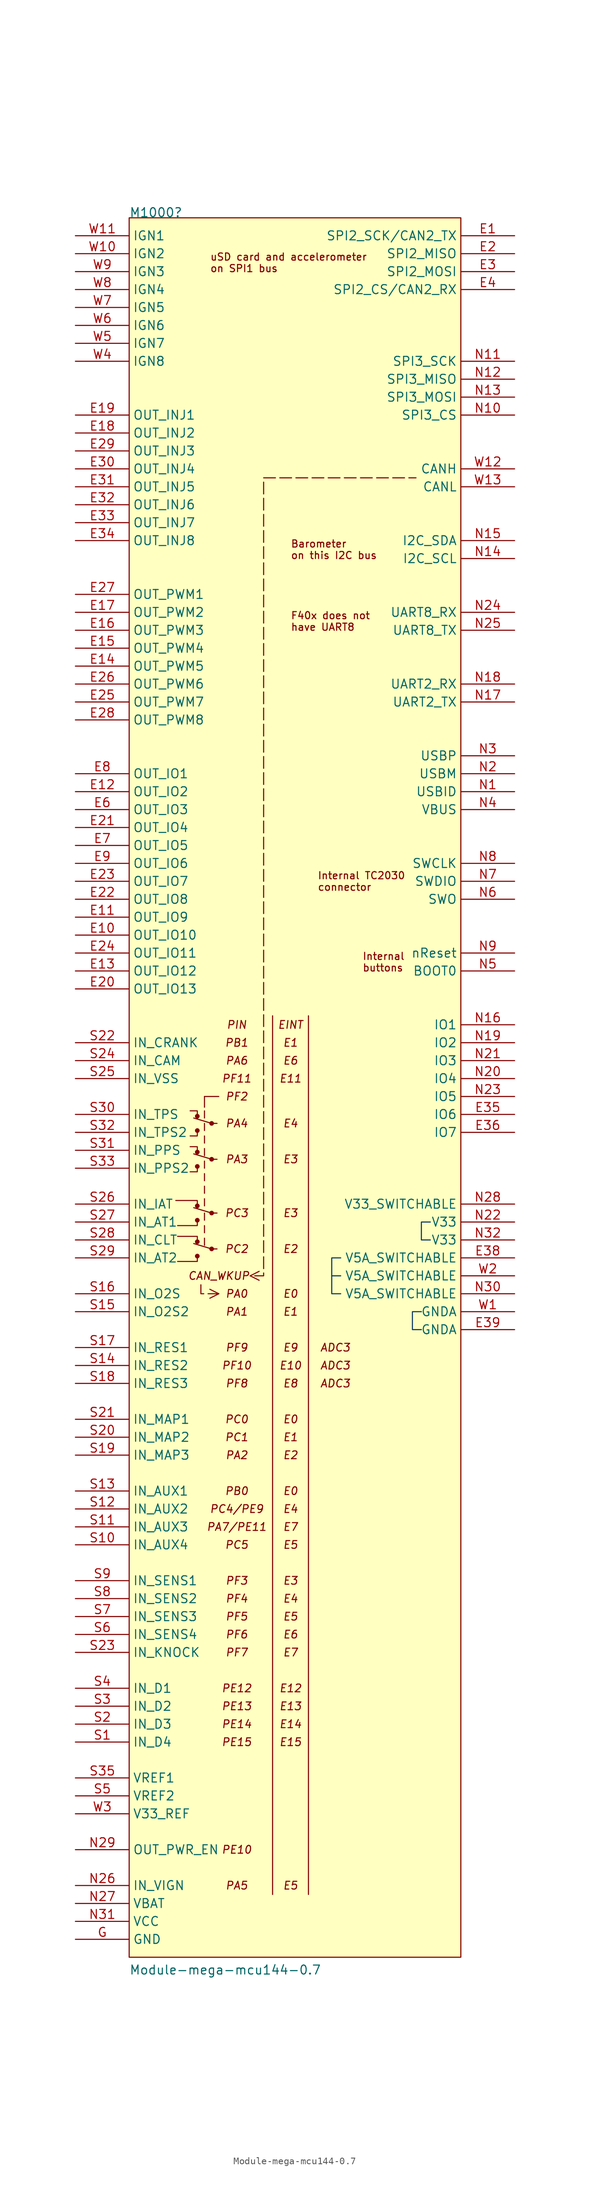
<source format=kicad_sym>
(kicad_symbol_lib
  (version 20220914)
  (generator kicad_symbol_editor)
  (symbol "Module-mega-mcu144-0.7"
    (property "Reference" "M1000"
      (at 7.62 2.54 0)
      (effects (font (size 1.27 1.27)) (justify left bottom)))
    (property "Value" "Module-mega-mcu144-0.7"
      (at 7.62 -246.38 0)
      (effects (font (size 1.27 1.27)) (justify left bottom)))
    (symbol "Module-mega-mcu144-0.7_0_1"
      (polyline (pts (xy 16.764 -142.748) (xy 19.304 -143.51)) (stroke (width 0) (type default)) (fill (type none)))
      (polyline (pts (xy 16.764 -137.668) (xy 19.304 -138.43)) (stroke (width 0) (type default)) (fill (type none)))
      (polyline (pts (xy 16.764 -130.048) (xy 19.304 -130.81)) (stroke (width 0) (type default)) (fill (type none)))
      (polyline (pts (xy 16.764 -124.968) (xy 19.304 -125.73)) (stroke (width 0) (type default)) (fill (type none)))
      (polyline (pts (xy 18.288 -143.002) (xy 18.288 -141.986)) (stroke (width 0) (type default)) (fill (type none)))
      (polyline (pts (xy 18.288 -141.224) (xy 18.288 -140.208)) (stroke (width 0) (type default)) (fill (type none)))
      (polyline (pts (xy 18.288 -139.446) (xy 18.288 -138.43)) (stroke (width 0) (type default)) (fill (type none)))
      (polyline (pts (xy 18.288 -137.414) (xy 18.288 -136.398)) (stroke (width 0) (type default)) (fill (type none)))
      (polyline (pts (xy 18.288 -135.636) (xy 18.288 -134.62)) (stroke (width 0) (type default)) (fill (type none)))
      (polyline (pts (xy 18.288 -133.858) (xy 18.288 -132.842)) (stroke (width 0) (type default)) (fill (type none)))
      (polyline (pts (xy 18.288 -132.08) (xy 18.288 -131.064)) (stroke (width 0) (type default)) (fill (type none)))
      (polyline (pts (xy 18.288 -130.302) (xy 18.288 -129.286)) (stroke (width 0) (type default)) (fill (type none)))
      (polyline (pts (xy 18.288 -128.524) (xy 18.288 -127.508)) (stroke (width 0) (type default)) (fill (type none)))
      (polyline (pts (xy 18.288 -126.746) (xy 18.288 -125.73)) (stroke (width 0) (type default)) (fill (type none)))
      (polyline (pts (xy 18.288 -124.968) (xy 18.288 -123.952)) (stroke (width 0) (type default)) (fill (type none)))
      (polyline (pts (xy 18.288 -123.444) (xy 18.288 -121.92)) (stroke (width 0) (type default)) (fill (type none)))
      (polyline (pts (xy 18.288 -121.92) (xy 20.32 -121.92)) (stroke (width 0) (type default)) (fill (type none)))
      (polyline (pts (xy 19.304 -143.51) (xy 20.066 -143.51)) (stroke (width 0) (type default)) (fill (type none)))
      (polyline (pts (xy 19.304 -138.43) (xy 20.066 -138.43)) (stroke (width 0) (type default)) (fill (type none)))
      (polyline (pts (xy 19.304 -130.81) (xy 20.066 -130.81)) (stroke (width 0) (type default)) (fill (type none)))
      (polyline (pts (xy 19.304 -125.73) (xy 20.066 -125.73)) (stroke (width 0) (type default)) (fill (type none)))
      (polyline (pts (xy 17.272 -144.526) (xy 17.272 -145.288) (xy 14.478 -145.288)) (stroke (width 0) (type default)) (fill (type none)))
      (polyline (pts (xy 17.272 -142.494) (xy 17.272 -141.732) (xy 14.478 -141.732)) (stroke (width 0) (type default)) (fill (type none)))
      (polyline (pts (xy 17.272 -139.446) (xy 17.272 -140.208) (xy 14.478 -140.208)) (stroke (width 0) (type default)) (fill (type none)))
      (polyline (pts (xy 17.272 -137.414) (xy 17.272 -136.652) (xy 14.224 -136.652)) (stroke (width 0) (type default)) (fill (type none)))
      (polyline (pts (xy 17.272 -131.826) (xy 17.272 -132.588) (xy 16.256 -132.588)) (stroke (width 0) (type default)) (fill (type none)))
      (polyline (pts (xy 17.272 -129.794) (xy 17.272 -129.032) (xy 16.256 -129.032)) (stroke (width 0) (type default)) (fill (type none)))
      (polyline (pts (xy 17.272 -126.746) (xy 17.272 -127.508) (xy 16.256 -127.508)) (stroke (width 0) (type default)) (fill (type none)))
      (polyline (pts (xy 17.272 -124.714) (xy 17.272 -123.952) (xy 16.256 -123.952)) (stroke (width 0) (type default)) (fill (type none)))
      (circle (center 17.272 -144.526) (radius 0.254) (stroke (width 0) (type default)) (fill (type outline)))
      (circle (center 17.272 -142.494) (radius 0.254) (stroke (width 0) (type default)) (fill (type outline)))
      (circle (center 17.272 -139.446) (radius 0.254) (stroke (width 0) (type default)) (fill (type outline)))
      (circle (center 17.272 -137.414) (radius 0.254) (stroke (width 0) (type default)) (fill (type outline)))
      (circle (center 17.272 -131.826) (radius 0.254) (stroke (width 0) (type default)) (fill (type outline)))
      (circle (center 17.272 -129.794) (radius 0.254) (stroke (width 0) (type default)) (fill (type outline)))
      (circle (center 17.272 -126.746) (radius 0.254) (stroke (width 0) (type default)) (fill (type outline)))
      (circle (center 17.272 -124.714) (radius 0.254) (stroke (width 0) (type default)) (fill (type outline)))
      (circle (center 19.304 -143.51) (radius 0.254) (stroke (width 0) (type default)) (fill (type outline)))
      (circle (center 19.304 -138.43) (radius 0.254) (stroke (width 0) (type default)) (fill (type outline)))
      (circle (center 19.304 -130.81) (radius 0.254) (stroke (width 0) (type default)) (fill (type outline)))
      (circle (center 19.304 -125.73) (radius 0.254) (stroke (width 0) (type default)) (fill (type outline))))
    (symbol "Module-mega-mcu144-0.7_1_0"
      (polyline (pts (xy 20.32 -149.86) (xy 19.05 -150.495)) (stroke (width 0) (type default)) (fill (type none)))
      (polyline (pts (xy 20.32 -149.86) (xy 19.05 -149.225)) (stroke (width 0) (type default)) (fill (type none)))
      (polyline (pts (xy 24.765 -147.32) (xy 26.035 -147.955)) (stroke (width 0) (type default)) (fill (type none)))
      (polyline (pts (xy 24.765 -147.32) (xy 26.035 -146.685)) (stroke (width 0) (type default)) (fill (type none)))
      (polyline (pts (xy 27.94 -110.49) (xy 27.94 -234.95)) (stroke (width 0) (type default)) (fill (type none)))
      (polyline (pts (xy 33.02 -110.49) (xy 33.02 -234.95)) (stroke (width 0) (type default)) (fill (type none)))
      (polyline (pts (xy 17.78 -148.59) (xy 17.78 -149.86) (xy 20.32 -149.86)) (stroke (width 0) (type dash)) (fill (type none)))
      (polyline (pts (xy 36.322 -147.32) (xy 37.592 -147.32) (xy 37.592 -147.32) (xy 37.592 -147.32)) (stroke (width 0) (type solid) (color 7 55 99 1)) (fill (type none)))
      (polyline (pts (xy 37.592 -144.78) (xy 36.322 -144.78) (xy 36.322 -149.86) (xy 37.592 -149.86)) (stroke (width 0) (type solid) (color 7 55 99 1)) (fill (type none)))
      (polyline (pts (xy 49.022 -152.4) (xy 47.752 -152.4) (xy 47.752 -154.94) (xy 49.022 -154.94)) (stroke (width 0) (type solid) (color 7 55 99 1)) (fill (type none)))
      (polyline (pts (xy 50.292 -139.7) (xy 49.022 -139.7) (xy 49.022 -142.24) (xy 50.292 -142.24)) (stroke (width 0) (type solid) (color 7 55 99 1)) (fill (type none)))
      (polyline (pts (xy 25.4 -147.32) (xy 26.67 -147.32) (xy 26.67 -124.46) (xy 26.67 -34.29) (xy 48.26 -34.29)) (stroke (width 0) (type dash)) (fill (type none)))
      (rectangle (start 7.62 2.54) (end 54.61 -243.84) (stroke (width 0) (type default)) (fill (type background)))
      (text "ADC3" (at 36.83 -162.56 0) (effects (font (size 1.1 1.1) italic)))
      (text "ADC3" (at 36.83 -160.02 0) (effects (font (size 1.1 1.1) italic)))
      (text "ADC3" (at 36.83 -157.48 0) (effects (font (size 1.1 1.1) italic)))
      (text "Barometer\non this I2C bus" (at 30.48 -44.45 0) (effects (font (size 1.016 1.016)) (justify left)))
      (text "CAN_WKUP" (at 20.32 -147.32 0) (effects (font (size 1.1 1.1) italic)))
      (text "E0" (at 30.48 -177.8 0) (effects (font (size 1.1 1.1) italic)))
      (text "E0" (at 30.48 -167.64 0) (effects (font (size 1.1 1.1) italic)))
      (text "E0" (at 30.48 -149.86 0) (effects (font (size 1.1 1.1) italic)))
      (text "E1" (at 30.48 -170.18 0) (effects (font (size 1.1 1.1) italic)))
      (text "E1" (at 30.48 -152.4 0) (effects (font (size 1.1 1.1) italic)))
      (text "E1" (at 30.48 -114.3 0) (effects (font (size 1.1 1.1) italic)))
      (text "E10" (at 30.48 -160.02 0) (effects (font (size 1.1 1.1) italic)))
      (text "E11" (at 30.48 -119.38 0) (effects (font (size 1.1 1.1) italic)))
      (text "E12" (at 30.48 -205.74 0) (effects (font (size 1.1 1.1) italic)))
      (text "E13" (at 30.48 -208.28 0) (effects (font (size 1.1 1.1) italic)))
      (text "E14" (at 30.48 -210.82 0) (effects (font (size 1.1 1.1) italic)))
      (text "E15" (at 30.48 -213.36 0) (effects (font (size 1.1 1.1) italic)))
      (text "E2" (at 30.48 -172.72 0) (effects (font (size 1.1 1.1) italic)))
      (text "E2" (at 30.48 -143.51 0) (effects (font (size 1.1 1.1) italic)))
      (text "E3" (at 30.48 -190.5 0) (effects (font (size 1.1 1.1) italic)))
      (text "E3" (at 30.48 -138.43 0) (effects (font (size 1.1 1.1) italic)))
      (text "E3" (at 30.48 -130.81 0) (effects (font (size 1.1 1.1) italic)))
      (text "E4" (at 30.48 -193.04 0) (effects (font (size 1.1 1.1) italic)))
      (text "E4" (at 30.48 -180.34 0) (effects (font (size 1.1 1.1) italic)))
      (text "E4" (at 30.48 -125.73 0) (effects (font (size 1.1 1.1) italic)))
      (text "E5" (at 30.48 -233.68 0) (effects (font (size 1.1 1.1) italic)))
      (text "E5" (at 30.48 -195.58 0) (effects (font (size 1.1 1.1) italic)))
      (text "E5" (at 30.48 -185.42 0) (effects (font (size 1.1 1.1) italic)))
      (text "E6" (at 30.48 -198.12 0) (effects (font (size 1.1 1.1) italic)))
      (text "E6" (at 30.48 -116.84 0) (effects (font (size 1.1 1.1) italic)))
      (text "E7" (at 30.48 -200.66 0) (effects (font (size 1.1 1.1) italic)))
      (text "E7" (at 30.48 -182.88 0) (effects (font (size 1.1 1.1) italic)))
      (text "E8" (at 30.48 -162.56 0) (effects (font (size 1.1 1.1) italic)))
      (text "E9" (at 30.48 -157.48 0) (effects (font (size 1.1 1.1) italic)))
      (text "EINT" (at 30.48 -111.76 0) (effects (font (size 1.1 1.1) italic)))
      (text "F40x does not\nhave UART8" (at 30.48 -54.61 0) (effects (font (size 1.016 1.016)) (justify left)))
      (text "Internal\nbuttons" (at 40.64 -102.87 0) (effects (font (size 1.016 1.016)) (justify left)))
      (text "Internal TC2030\nconnector" (at 34.29 -91.44 0) (effects (font (size 1.016 1.016)) (justify left)))
      (text "PA0" (at 22.86 -149.86 0) (effects (font (size 1.1 1.1) italic)))
      (text "PA1" (at 22.86 -152.4 0) (effects (font (size 1.1 1.1) italic)))
      (text "PA2" (at 22.86 -172.72 0) (effects (font (size 1.1 1.1) italic)))
      (text "PA3" (at 22.86 -130.81 0) (effects (font (size 1.1 1.1) italic)))
      (text "PA4" (at 22.86 -125.73 0) (effects (font (size 1.1 1.1) italic)))
      (text "PA5" (at 22.86 -233.68 0) (effects (font (size 1.1 1.1) italic)))
      (text "PA6" (at 22.86 -116.84 0) (effects (font (size 1.1 1.1) italic)))
      (text "PA7/PE11" (at 22.86 -182.88 0) (effects (font (size 1.1 1.1) italic)))
      (text "PB0" (at 22.86 -177.8 0) (effects (font (size 1.1 1.1) italic)))
      (text "PB1" (at 22.86 -114.3 0) (effects (font (size 1.1 1.1) italic)))
      (text "PC0" (at 22.86 -167.64 0) (effects (font (size 1.1 1.1) italic)))
      (text "PC1" (at 22.86 -170.18 0) (effects (font (size 1.1 1.1) italic)))
      (text "PC2" (at 22.86 -143.51 0) (effects (font (size 1.1 1.1) italic)))
      (text "PC3" (at 22.86 -138.43 0) (effects (font (size 1.1 1.1) italic)))
      (text "PC4/PE9" (at 22.86 -180.34 0) (effects (font (size 1.1 1.1) italic)))
      (text "PC5" (at 22.86 -185.42 0) (effects (font (size 1.1 1.1) italic)))
      (text "PE10" (at 22.86 -228.6 0) (effects (font (size 1.1 1.1) italic)))
      (text "PE12" (at 22.86 -205.74 0) (effects (font (size 1.1 1.1) italic)))
      (text "PE13" (at 22.86 -208.28 0) (effects (font (size 1.1 1.1) italic)))
      (text "PE14" (at 22.86 -210.82 0) (effects (font (size 1.1 1.1) italic)))
      (text "PE15" (at 22.86 -213.36 0) (effects (font (size 1.1 1.1) italic)))
      (text "PF10" (at 22.86 -160.02 0) (effects (font (size 1.1 1.1) italic)))
      (text "PF11" (at 22.86 -119.38 0) (effects (font (size 1.1 1.1) italic)))
      (text "PF2" (at 22.86 -121.92 0) (effects (font (size 1.1 1.1) italic)))
      (text "PF3" (at 22.86 -190.5 0) (effects (font (size 1.1 1.1) italic)))
      (text "PF4" (at 22.86 -193.04 0) (effects (font (size 1.1 1.1) italic)))
      (text "PF5" (at 22.86 -195.58 0) (effects (font (size 1.1 1.1) italic)))
      (text "PF6" (at 22.86 -198.12 0) (effects (font (size 1.1 1.1) italic)))
      (text "PF7" (at 22.86 -200.66 0) (effects (font (size 1.1 1.1) italic)))
      (text "PF8" (at 22.86 -162.56 0) (effects (font (size 1.1 1.1) italic)))
      (text "PF9" (at 22.86 -157.48 0) (effects (font (size 1.1 1.1) italic)))
      (text "PIN" (at 22.86 -111.76 0) (effects (font (size 1.1 1.1) italic)))
      (text "uSD card and accelerometer \non SPI1 bus" (at 19.05 -3.81 0) (effects (font (size 1.016 1.016)) (justify left)))
      (pin passive line (at 62.23 0 180) (length 7.62) (name "SPI2_SCK/CAN2_TX" (effects (font (size 1.27 1.27)))) (number "E1" (effects (font (size 1.27 1.27)))))
      (pin passive line (at 0 -99.06 0) (length 7.62) (name "OUT_IO10" (effects (font (size 1.27 1.27)))) (number "E10" (effects (font (size 1.27 1.27)))))
      (pin passive line (at 0 -96.52 0) (length 7.62) (name "OUT_IO9" (effects (font (size 1.27 1.27)))) (number "E11" (effects (font (size 1.27 1.27)))))
      (pin passive line (at 0 -78.74 0) (length 7.62) (name "OUT_IO2" (effects (font (size 1.27 1.27)))) (number "E12" (effects (font (size 1.27 1.27)))))
      (pin passive line (at 0 -104.14 0) (length 7.62) (name "OUT_IO12" (effects (font (size 1.27 1.27)))) (number "E13" (effects (font (size 1.27 1.27)))))
      (pin passive line (at 0 -60.96 0) (length 7.62) (name "OUT_PWM5" (effects (font (size 1.27 1.27)))) (number "E14" (effects (font (size 1.27 1.27)))))
      (pin passive line (at 0 -58.42 0) (length 7.62) (name "OUT_PWM4" (effects (font (size 1.27 1.27)))) (number "E15" (effects (font (size 1.27 1.27)))))
      (pin passive line (at 0 -55.88 0) (length 7.62) (name "OUT_PWM3" (effects (font (size 1.27 1.27)))) (number "E16" (effects (font (size 1.27 1.27)))))
      (pin passive line (at 0 -53.34 0) (length 7.62) (name "OUT_PWM2" (effects (font (size 1.27 1.27)))) (number "E17" (effects (font (size 1.27 1.27)))))
      (pin passive line (at 0 -27.94 0) (length 7.62) (name "OUT_INJ2" (effects (font (size 1.27 1.27)))) (number "E18" (effects (font (size 1.27 1.27)))))
      (pin passive line (at 0 -25.4 0) (length 7.62) (name "OUT_INJ1" (effects (font (size 1.27 1.27)))) (number "E19" (effects (font (size 1.27 1.27)))))
      (pin passive line (at 62.23 -2.54 180) (length 7.62) (name "SPI2_MISO" (effects (font (size 1.27 1.27)))) (number "E2" (effects (font (size 1.27 1.27)))))
      (pin passive line (at 0 -106.68 0) (length 7.62) (name "OUT_IO13" (effects (font (size 1.27 1.27)))) (number "E20" (effects (font (size 1.27 1.27)))))
      (pin passive line (at 0 -83.82 0) (length 7.62) (name "OUT_IO4" (effects (font (size 1.27 1.27)))) (number "E21" (effects (font (size 1.27 1.27)))))
      (pin passive line (at 0 -93.98 0) (length 7.62) (name "OUT_IO8" (effects (font (size 1.27 1.27)))) (number "E22" (effects (font (size 1.27 1.27)))))
      (pin passive line (at 0 -91.44 0) (length 7.62) (name "OUT_IO7" (effects (font (size 1.27 1.27)))) (number "E23" (effects (font (size 1.27 1.27)))))
      (pin passive line (at 0 -101.6 0) (length 7.62) (name "OUT_IO11" (effects (font (size 1.27 1.27)))) (number "E24" (effects (font (size 1.27 1.27)))))
      (pin passive line (at 0 -66.04 0) (length 7.62) (name "OUT_PWM7" (effects (font (size 1.27 1.27)))) (number "E25" (effects (font (size 1.27 1.27)))))
      (pin passive line (at 0 -63.5 0) (length 7.62) (name "OUT_PWM6" (effects (font (size 1.27 1.27)))) (number "E26" (effects (font (size 1.27 1.27)))))
      (pin passive line (at 0 -50.8 0) (length 7.62) (name "OUT_PWM1" (effects (font (size 1.27 1.27)))) (number "E27" (effects (font (size 1.27 1.27)))))
      (pin passive line (at 0 -68.58 0) (length 7.62) (name "OUT_PWM8" (effects (font (size 1.27 1.27)))) (number "E28" (effects (font (size 1.27 1.27)))))
      (pin passive line (at 0 -30.48 0) (length 7.62) (name "OUT_INJ3" (effects (font (size 1.27 1.27)))) (number "E29" (effects (font (size 1.27 1.27)))))
      (pin passive line (at 62.23 -5.08 180) (length 7.62) (name "SPI2_MOSI" (effects (font (size 1.27 1.27)))) (number "E3" (effects (font (size 1.27 1.27)))))
      (pin passive line (at 0 -33.02 0) (length 7.62) (name "OUT_INJ4" (effects (font (size 1.27 1.27)))) (number "E30" (effects (font (size 1.27 1.27)))))
      (pin passive line (at 0 -35.56 0) (length 7.62) (name "OUT_INJ5" (effects (font (size 1.27 1.27)))) (number "E31" (effects (font (size 1.27 1.27)))))
      (pin passive line (at 0 -38.1 0) (length 7.62) (name "OUT_INJ6" (effects (font (size 1.27 1.27)))) (number "E32" (effects (font (size 1.27 1.27)))))
      (pin passive line (at 0 -40.64 0) (length 7.62) (name "OUT_INJ7" (effects (font (size 1.27 1.27)))) (number "E33" (effects (font (size 1.27 1.27)))))
      (pin passive line (at 0 -43.18 0) (length 7.62) (name "OUT_INJ8" (effects (font (size 1.27 1.27)))) (number "E34" (effects (font (size 1.27 1.27)))))
      (pin passive line (at 62.23 -124.46 180) (length 7.62) (name "IO6" (effects (font (size 1.27 1.27)))) (number "E35" (effects (font (size 1.27 1.27)))))
      (pin passive line (at 62.23 -127 180) (length 7.62) (name "IO7" (effects (font (size 1.27 1.27)))) (number "E36" (effects (font (size 1.27 1.27)))))
      (pin passive line (at 62.23 -144.78 180) (length 7.62) (name "V5A_SWITCHABLE" (effects (font (size 1.27 1.27)))) (number "E38" (effects (font (size 1.27 1.27)))))
      (pin passive line (at 62.23 -154.94 180) (length 7.62) (name "GNDA" (effects (font (size 1.27 1.27)))) (number "E39" (effects (font (size 1.27 1.27)))))
      (pin passive line (at 62.23 -7.62 180) (length 7.62) (name "SPI2_CS/CAN2_RX" (effects (font (size 1.27 1.27)))) (number "E4" (effects (font (size 1.27 1.27)))))
      (pin passive line (at 0 -81.28 0) (length 7.62) (name "OUT_IO3" (effects (font (size 1.27 1.27)))) (number "E6" (effects (font (size 1.27 1.27)))))
      (pin passive line (at 0 -86.36 0) (length 7.62) (name "OUT_IO5" (effects (font (size 1.27 1.27)))) (number "E7" (effects (font (size 1.27 1.27)))))
      (pin passive line (at 0 -76.2 0) (length 7.62) (name "OUT_IO1" (effects (font (size 1.27 1.27)))) (number "E8" (effects (font (size 1.27 1.27)))))
      (pin passive line (at 0 -88.9 0) (length 7.62) (name "OUT_IO6" (effects (font (size 1.27 1.27)))) (number "E9" (effects (font (size 1.27 1.27)))))
      (pin passive line (at 0 -241.3 0) (length 7.62) (name "GND" (effects (font (size 1.27 1.27)))) (number "G" (effects (font (size 1.27 1.27)))))
      (pin passive line (at 62.23 -78.74 180) (length 7.62) (name "USBID" (effects (font (size 1.27 1.27)))) (number "N1" (effects (font (size 1.27 1.27)))))
      (pin passive line (at 62.23 -25.4 180) (length 7.62) (name "SPI3_CS" (effects (font (size 1.27 1.27)))) (number "N10" (effects (font (size 1.27 1.27)))))
      (pin passive line (at 62.23 -17.78 180) (length 7.62) (name "SPI3_SCK" (effects (font (size 1.27 1.27)))) (number "N11" (effects (font (size 1.27 1.27)))))
      (pin passive line (at 62.23 -20.32 180) (length 7.62) (name "SPI3_MISO" (effects (font (size 1.27 1.27)))) (number "N12" (effects (font (size 1.27 1.27)))))
      (pin passive line (at 62.23 -22.86 180) (length 7.62) (name "SPI3_MOSI" (effects (font (size 1.27 1.27)))) (number "N13" (effects (font (size 1.27 1.27)))))
      (pin passive line (at 62.23 -45.72 180) (length 7.62) (name "I2C_SCL" (effects (font (size 1.27 1.27)))) (number "N14" (effects (font (size 1.27 1.27)))))
      (pin passive line (at 62.23 -43.18 180) (length 7.62) (name "I2C_SDA" (effects (font (size 1.27 1.27)))) (number "N15" (effects (font (size 1.27 1.27)))))
      (pin passive line (at 62.23 -111.76 180) (length 7.62) (name "IO1" (effects (font (size 1.27 1.27)))) (number "N16" (effects (font (size 1.27 1.27)))))
      (pin passive line (at 62.23 -66.04 180) (length 7.62) (name "UART2_TX" (effects (font (size 1.27 1.27)))) (number "N17" (effects (font (size 1.27 1.27)))))
      (pin passive line (at 62.23 -63.5 180) (length 7.62) (name "UART2_RX" (effects (font (size 1.27 1.27)))) (number "N18" (effects (font (size 1.27 1.27)))))
      (pin passive line (at 62.23 -114.3 180) (length 7.62) (name "IO2" (effects (font (size 1.27 1.27)))) (number "N19" (effects (font (size 1.27 1.27)))))
      (pin passive line (at 62.23 -76.2 180) (length 7.62) (name "USBM" (effects (font (size 1.27 1.27)))) (number "N2" (effects (font (size 1.27 1.27)))))
      (pin passive line (at 62.23 -119.38 180) (length 7.62) (name "IO4" (effects (font (size 1.27 1.27)))) (number "N20" (effects (font (size 1.27 1.27)))))
      (pin passive line (at 62.23 -116.84 180) (length 7.62) (name "IO3" (effects (font (size 1.27 1.27)))) (number "N21" (effects (font (size 1.27 1.27)))))
      (pin passive line (at 62.23 -139.7 180) (length 7.62) (name "V33" (effects (font (size 1.27 1.27)))) (number "N22" (effects (font (size 1.27 1.27)))))
      (pin passive line (at 62.23 -121.92 180) (length 7.62) (name "IO5" (effects (font (size 1.27 1.27)))) (number "N23" (effects (font (size 1.27 1.27)))))
      (pin passive line (at 62.23 -53.34 180) (length 7.62) (name "UART8_RX" (effects (font (size 1.27 1.27)))) (number "N24" (effects (font (size 1.27 1.27)))))
      (pin passive line (at 62.23 -55.88 180) (length 7.62) (name "UART8_TX" (effects (font (size 1.27 1.27)))) (number "N25" (effects (font (size 1.27 1.27)))))
      (pin passive line (at 0 -233.68 0) (length 7.62) (name "IN_VIGN" (effects (font (size 1.27 1.27)))) (number "N26" (effects (font (size 1.27 1.27)))))
      (pin passive line (at 0 -236.22 0) (length 7.62) (name "VBAT" (effects (font (size 1.27 1.27)))) (number "N27" (effects (font (size 1.27 1.27)))))
      (pin passive line (at 62.23 -137.16 180) (length 7.62) (name "V33_SWITCHABLE" (effects (font (size 1.27 1.27)))) (number "N28" (effects (font (size 1.27 1.27)))))
      (pin passive line (at 0 -228.6 0) (length 7.62) (name "OUT_PWR_EN" (effects (font (size 1.27 1.27)))) (number "N29" (effects (font (size 1.27 1.27)))))
      (pin passive line (at 62.23 -73.66 180) (length 7.62) (name "USBP" (effects (font (size 1.27 1.27)))) (number "N3" (effects (font (size 1.27 1.27)))))
      (pin passive line (at 62.23 -149.86 180) (length 7.62) (name "V5A_SWITCHABLE" (effects (font (size 1.27 1.27)))) (number "N30" (effects (font (size 1.27 1.27)))))
      (pin passive line (at 0 -238.76 0) (length 7.62) (name "VCC" (effects (font (size 1.27 1.27)))) (number "N31" (effects (font (size 1.27 1.27)))))
      (pin passive line (at 62.23 -142.24 180) (length 7.62) (name "V33" (effects (font (size 1.27 1.27)))) (number "N32" (effects (font (size 1.27 1.27)))))
      (pin passive line (at 62.23 -81.28 180) (length 7.62) (name "VBUS" (effects (font (size 1.27 1.27)))) (number "N4" (effects (font (size 1.27 1.27)))))
      (pin passive line (at 62.23 -104.14 180) (length 7.62) (name "BOOT0" (effects (font (size 1.27 1.27)))) (number "N5" (effects (font (size 1.27 1.27)))))
      (pin passive line (at 62.23 -93.98 180) (length 7.62) (name "SWO" (effects (font (size 1.27 1.27)))) (number "N6" (effects (font (size 1.27 1.27)))))
      (pin passive line (at 62.23 -91.44 180) (length 7.62) (name "SWDIO" (effects (font (size 1.27 1.27)))) (number "N7" (effects (font (size 1.27 1.27)))))
      (pin passive line (at 62.23 -88.9 180) (length 7.62) (name "SWCLK" (effects (font (size 1.27 1.27)))) (number "N8" (effects (font (size 1.27 1.27)))))
      (pin passive line (at 62.23 -101.6 180) (length 7.62) (name "nReset" (effects (font (size 1.27 1.27)))) (number "N9" (effects (font (size 1.27 1.27)))))
      (pin passive line (at 0 -213.36 0) (length 7.62) (name "IN_D4" (effects (font (size 1.27 1.27)))) (number "S1" (effects (font (size 1.27 1.27)))))
      (pin passive line (at 0 -185.42 0) (length 7.62) (name "IN_AUX4" (effects (font (size 1.27 1.27)))) (number "S10" (effects (font (size 1.27 1.27)))))
      (pin passive line (at 0 -182.88 0) (length 7.62) (name "IN_AUX3" (effects (font (size 1.27 1.27)))) (number "S11" (effects (font (size 1.27 1.27)))))
      (pin passive line (at 0 -180.34 0) (length 7.62) (name "IN_AUX2" (effects (font (size 1.27 1.27)))) (number "S12" (effects (font (size 1.27 1.27)))))
      (pin passive line (at 0 -177.8 0) (length 7.62) (name "IN_AUX1" (effects (font (size 1.27 1.27)))) (number "S13" (effects (font (size 1.27 1.27)))))
      (pin passive line (at 0 -160.02 0) (length 7.62) (name "IN_RES2" (effects (font (size 1.27 1.27)))) (number "S14" (effects (font (size 1.27 1.27)))))
      (pin passive line (at 0 -152.4 0) (length 7.62) (name "IN_O2S2" (effects (font (size 1.27 1.27)))) (number "S15" (effects (font (size 1.27 1.27)))))
      (pin passive line (at 0 -149.86 0) (length 7.62) (name "IN_O2S" (effects (font (size 1.27 1.27)))) (number "S16" (effects (font (size 1.27 1.27)))))
      (pin passive line (at 0 -157.48 0) (length 7.62) (name "IN_RES1" (effects (font (size 1.27 1.27)))) (number "S17" (effects (font (size 1.27 1.27)))))
      (pin passive line (at 0 -162.56 0) (length 7.62) (name "IN_RES3" (effects (font (size 1.27 1.27)))) (number "S18" (effects (font (size 1.27 1.27)))))
      (pin passive line (at 0 -172.72 0) (length 7.62) (name "IN_MAP3" (effects (font (size 1.27 1.27)))) (number "S19" (effects (font (size 1.27 1.27)))))
      (pin passive line (at 0 -210.82 0) (length 7.62) (name "IN_D3" (effects (font (size 1.27 1.27)))) (number "S2" (effects (font (size 1.27 1.27)))))
      (pin passive line (at 0 -170.18 0) (length 7.62) (name "IN_MAP2" (effects (font (size 1.27 1.27)))) (number "S20" (effects (font (size 1.27 1.27)))))
      (pin passive line (at 0 -167.64 0) (length 7.62) (name "IN_MAP1" (effects (font (size 1.27 1.27)))) (number "S21" (effects (font (size 1.27 1.27)))))
      (pin passive line (at 0 -114.3 0) (length 7.62) (name "IN_CRANK" (effects (font (size 1.27 1.27)))) (number "S22" (effects (font (size 1.27 1.27)))))
      (pin passive line (at 0 -200.66 0) (length 7.62) (name "IN_KNOCK" (effects (font (size 1.27 1.27)))) (number "S23" (effects (font (size 1.27 1.27)))))
      (pin passive line (at 0 -116.84 0) (length 7.62) (name "IN_CAM" (effects (font (size 1.27 1.27)))) (number "S24" (effects (font (size 1.27 1.27)))))
      (pin passive line (at 0 -119.38 0) (length 7.62) (name "IN_VSS" (effects (font (size 1.27 1.27)))) (number "S25" (effects (font (size 1.27 1.27)))))
      (pin passive line (at 0 -137.16 0) (length 7.62) (name "IN_IAT" (effects (font (size 1.27 1.27)))) (number "S26" (effects (font (size 1.27 1.27)))))
      (pin passive line (at 0 -139.7 0) (length 7.62) (name "IN_AT1" (effects (font (size 1.27 1.27)))) (number "S27" (effects (font (size 1.27 1.27)))))
      (pin passive line (at 0 -142.24 0) (length 7.62) (name "IN_CLT" (effects (font (size 1.27 1.27)))) (number "S28" (effects (font (size 1.27 1.27)))))
      (pin passive line (at 0 -144.78 0) (length 7.62) (name "IN_AT2" (effects (font (size 1.27 1.27)))) (number "S29" (effects (font (size 1.27 1.27)))))
      (pin passive line (at 0 -208.28 0) (length 7.62) (name "IN_D2" (effects (font (size 1.27 1.27)))) (number "S3" (effects (font (size 1.27 1.27)))))
      (pin passive line (at 0 -124.46 0) (length 7.62) (name "IN_TPS" (effects (font (size 1.27 1.27)))) (number "S30" (effects (font (size 1.27 1.27)))))
      (pin passive line (at 0 -129.54 0) (length 7.62) (name "IN_PPS" (effects (font (size 1.27 1.27)))) (number "S31" (effects (font (size 1.27 1.27)))))
      (pin passive line (at 0 -127 0) (length 7.62) (name "IN_TPS2" (effects (font (size 1.27 1.27)))) (number "S32" (effects (font (size 1.27 1.27)))))
      (pin passive line (at 0 -132.08 0) (length 7.62) (name "IN_PPS2" (effects (font (size 1.27 1.27)))) (number "S33" (effects (font (size 1.27 1.27)))))
      (pin passive line (at 0 -218.44 0) (length 7.62) (name "VREF1" (effects (font (size 1.27 1.27)))) (number "S35" (effects (font (size 1.27 1.27)))))
      (pin passive line (at 0 -205.74 0) (length 7.62) (name "IN_D1" (effects (font (size 1.27 1.27)))) (number "S4" (effects (font (size 1.27 1.27)))))
      (pin passive line (at 0 -220.98 0) (length 7.62) (name "VREF2" (effects (font (size 1.27 1.27)))) (number "S5" (effects (font (size 1.27 1.27)))))
      (pin passive line (at 0 -198.12 0) (length 7.62) (name "IN_SENS4" (effects (font (size 1.27 1.27)))) (number "S6" (effects (font (size 1.27 1.27)))))
      (pin passive line (at 0 -195.58 0) (length 7.62) (name "IN_SENS3" (effects (font (size 1.27 1.27)))) (number "S7" (effects (font (size 1.27 1.27)))))
      (pin passive line (at 0 -193.04 0) (length 7.62) (name "IN_SENS2" (effects (font (size 1.27 1.27)))) (number "S8" (effects (font (size 1.27 1.27)))))
      (pin passive line (at 0 -190.5 0) (length 7.62) (name "IN_SENS1" (effects (font (size 1.27 1.27)))) (number "S9" (effects (font (size 1.27 1.27)))))
      (pin passive line (at 62.23 -152.4 180) (length 7.62) (name "GNDA" (effects (font (size 1.27 1.27)))) (number "W1" (effects (font (size 1.27 1.27)))))
      (pin passive line (at 0 -2.54 0) (length 7.62) (name "IGN2" (effects (font (size 1.27 1.27)))) (number "W10" (effects (font (size 1.27 1.27)))))
      (pin passive line (at 0 0 0) (length 7.62) (name "IGN1" (effects (font (size 1.27 1.27)))) (number "W11" (effects (font (size 1.27 1.27)))))
      (pin passive line (at 62.23 -33.02 180) (length 7.62) (name "CANH" (effects (font (size 1.27 1.27)))) (number "W12" (effects (font (size 1.27 1.27)))))
      (pin passive line (at 62.23 -35.56 180) (length 7.62) (name "CANL" (effects (font (size 1.27 1.27)))) (number "W13" (effects (font (size 1.27 1.27)))))
      (pin passive line (at 62.23 -147.32 180) (length 7.62) (name "V5A_SWITCHABLE" (effects (font (size 1.27 1.27)))) (number "W2" (effects (font (size 1.27 1.27)))))
      (pin passive line (at 0 -223.52 0) (length 7.62) (name "V33_REF" (effects (font (size 1.27 1.27)))) (number "W3" (effects (font (size 1.27 1.27)))))
      (pin passive line (at 0 -17.78 0) (length 7.62) (name "IGN8" (effects (font (size 1.27 1.27)))) (number "W4" (effects (font (size 1.27 1.27)))))
      (pin passive line (at 0 -15.24 0) (length 7.62) (name "IGN7" (effects (font (size 1.27 1.27)))) (number "W5" (effects (font (size 1.27 1.27)))))
      (pin passive line (at 0 -12.7 0) (length 7.62) (name "IGN6" (effects (font (size 1.27 1.27)))) (number "W6" (effects (font (size 1.27 1.27)))))
      (pin passive line (at 0 -10.16 0) (length 7.62) (name "IGN5" (effects (font (size 1.27 1.27)))) (number "W7" (effects (font (size 1.27 1.27)))))
      (pin passive line (at 0 -7.62 0) (length 7.62) (name "IGN4" (effects (font (size 1.27 1.27)))) (number "W8" (effects (font (size 1.27 1.27)))))
      (pin passive line (at 0 -5.08 0) (length 7.62) (name "IGN3" (effects (font (size 1.27 1.27)))) (number "W9" (effects (font (size 1.27 1.27))))))))
</source>
